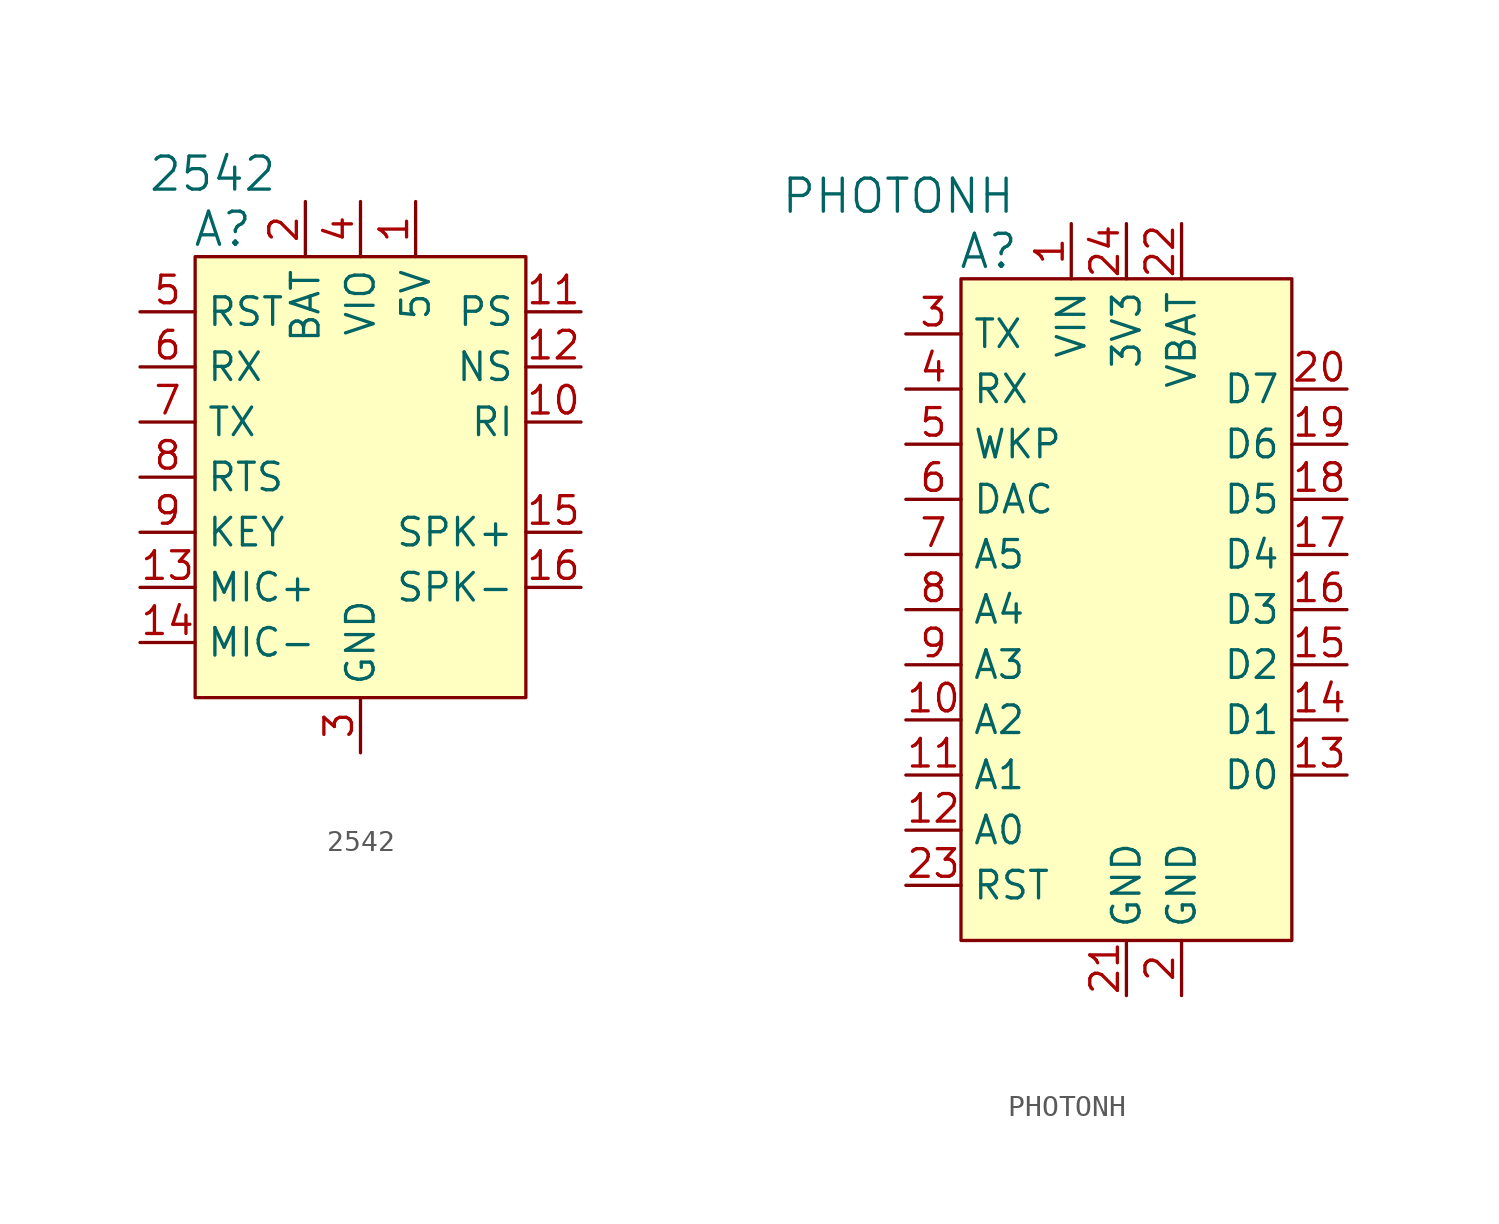
<source format=kicad_sym>
(kicad_symbol_lib
  (version 20220914)
  (generator kicad_symbol_editor)
  (symbol "2542"
    (property "Reference" "A"
      (at -6.35 11.43 0)
      (effects (font (size 1.524 1.524))))
    (property "Value" "2542"
      (at -3.81 13.97 0)
      (effects (font (size 1.524 1.524)) (justify right)))
    (symbol "2542_0_1"
      (rectangle (start -7.62 10.16) (end 7.62 -10.16) (stroke (width 0) (type default)) (fill (type background))))
    (symbol "2542_1_1"
      (pin power_in line (at 2.54 12.7 270) (length 2.54) (name "5V" (effects (font (size 1.27 1.27)))) (number "1" (effects (font (size 1.27 1.27)))))
      (pin output line (at 10.16 2.54 180) (length 2.54) (name "RI" (effects (font (size 1.27 1.27)))) (number "10" (effects (font (size 1.27 1.27)))))
      (pin output line (at 10.16 7.62 180) (length 2.54) (name "PS" (effects (font (size 1.27 1.27)))) (number "11" (effects (font (size 1.27 1.27)))))
      (pin input line (at 10.16 5.08 180) (length 2.54) (name "NS" (effects (font (size 1.27 1.27)))) (number "12" (effects (font (size 1.27 1.27)))))
      (pin power_in line (at -10.16 -5.08 0) (length 2.54) (name "MIC+" (effects (font (size 1.27 1.27)))) (number "13" (effects (font (size 1.27 1.27)))))
      (pin power_in line (at -10.16 -7.62 0) (length 2.54) (name "MIC-" (effects (font (size 1.27 1.27)))) (number "14" (effects (font (size 1.27 1.27)))))
      (pin power_in line (at 10.16 -2.54 180) (length 2.54) (name "SPK+" (effects (font (size 1.27 1.27)))) (number "15" (effects (font (size 1.27 1.27)))))
      (pin power_in line (at 10.16 -5.08 180) (length 2.54) (name "SPK-" (effects (font (size 1.27 1.27)))) (number "16" (effects (font (size 1.27 1.27)))))
      (pin passive line (at -2.54 12.7 270) (length 2.54) (name "BAT" (effects (font (size 1.27 1.27)))) (number "2" (effects (font (size 1.27 1.27)))))
      (pin power_in line (at 0 -12.7 90) (length 2.54) (name "GND" (effects (font (size 1.27 1.27)))) (number "3" (effects (font (size 1.27 1.27)))))
      (pin power_in line (at 0 12.7 270) (length 2.54) (name "VIO" (effects (font (size 1.27 1.27)))) (number "4" (effects (font (size 1.27 1.27)))))
      (pin input line (at -10.16 7.62 0) (length 2.54) (name "RST" (effects (font (size 1.27 1.27)))) (number "5" (effects (font (size 1.27 1.27)))))
      (pin input line (at -10.16 5.08 0) (length 2.54) (name "RX" (effects (font (size 1.27 1.27)))) (number "6" (effects (font (size 1.27 1.27)))))
      (pin output line (at -10.16 2.54 0) (length 2.54) (name "TX" (effects (font (size 1.27 1.27)))) (number "7" (effects (font (size 1.27 1.27)))))
      (pin input line (at -10.16 0 0) (length 2.54) (name "RTS" (effects (font (size 1.27 1.27)))) (number "8" (effects (font (size 1.27 1.27)))))
      (pin input line (at -10.16 -2.54 0) (length 2.54) (name "KEY" (effects (font (size 1.27 1.27)))) (number "9" (effects (font (size 1.27 1.27)))))))
  (symbol "PHOTONH"
    (property "Reference" "A"
      (at -6.35 13.97 0)
      (effects (font (size 1.524 1.524))))
    (property "Value" "PHOTONH"
      (at -5.08 16.51 0)
      (effects (font (size 1.524 1.524)) (justify right)))
    (symbol "PHOTONH_0_1"
      (rectangle (start -7.62 12.7) (end 7.62 -17.78) (stroke (width 0) (type default)) (fill (type background))))
    (symbol "PHOTONH_1_1"
      (pin power_in line (at -2.54 15.24 270) (length 2.54) (name "VIN" (effects (font (size 1.27 1.27)))) (number "1" (effects (font (size 1.27 1.27)))))
      (pin bidirectional line (at -10.16 -7.62 0) (length 2.54) (name "A2" (effects (font (size 1.27 1.27)))) (number "10" (effects (font (size 1.27 1.27)))))
      (pin bidirectional line (at -10.16 -10.16 0) (length 2.54) (name "A1" (effects (font (size 1.27 1.27)))) (number "11" (effects (font (size 1.27 1.27)))))
      (pin bidirectional line (at -10.16 -12.7 0) (length 2.54) (name "A0" (effects (font (size 1.27 1.27)))) (number "12" (effects (font (size 1.27 1.27)))))
      (pin bidirectional line (at 10.16 -10.16 180) (length 2.54) (name "D0" (effects (font (size 1.27 1.27)))) (number "13" (effects (font (size 1.27 1.27)))))
      (pin bidirectional line (at 10.16 -7.62 180) (length 2.54) (name "D1" (effects (font (size 1.27 1.27)))) (number "14" (effects (font (size 1.27 1.27)))))
      (pin bidirectional line (at 10.16 -5.08 180) (length 2.54) (name "D2" (effects (font (size 1.27 1.27)))) (number "15" (effects (font (size 1.27 1.27)))))
      (pin bidirectional line (at 10.16 -2.54 180) (length 2.54) (name "D3" (effects (font (size 1.27 1.27)))) (number "16" (effects (font (size 1.27 1.27)))))
      (pin bidirectional line (at 10.16 0 180) (length 2.54) (name "D4" (effects (font (size 1.27 1.27)))) (number "17" (effects (font (size 1.27 1.27)))))
      (pin bidirectional line (at 10.16 2.54 180) (length 2.54) (name "D5" (effects (font (size 1.27 1.27)))) (number "18" (effects (font (size 1.27 1.27)))))
      (pin bidirectional line (at 10.16 5.08 180) (length 2.54) (name "D6" (effects (font (size 1.27 1.27)))) (number "19" (effects (font (size 1.27 1.27)))))
      (pin power_in line (at 2.54 -20.32 90) (length 2.54) (name "GND" (effects (font (size 1.27 1.27)))) (number "2" (effects (font (size 1.27 1.27)))))
      (pin bidirectional line (at 10.16 7.62 180) (length 2.54) (name "D7" (effects (font (size 1.27 1.27)))) (number "20" (effects (font (size 1.27 1.27)))))
      (pin power_in line (at 0 -20.32 90) (length 2.54) (name "GND" (effects (font (size 1.27 1.27)))) (number "21" (effects (font (size 1.27 1.27)))))
      (pin power_in line (at 2.54 15.24 270) (length 2.54) (name "VBAT" (effects (font (size 1.27 1.27)))) (number "22" (effects (font (size 1.27 1.27)))))
      (pin input line (at -10.16 -15.24 0) (length 2.54) (name "RST" (effects (font (size 1.27 1.27)))) (number "23" (effects (font (size 1.27 1.27)))))
      (pin power_in line (at 0 15.24 270) (length 2.54) (name "3V3" (effects (font (size 1.27 1.27)))) (number "24" (effects (font (size 1.27 1.27)))))
      (pin bidirectional line (at -10.16 10.16 0) (length 2.54) (name "TX" (effects (font (size 1.27 1.27)))) (number "3" (effects (font (size 1.27 1.27)))))
      (pin bidirectional line (at -10.16 7.62 0) (length 2.54) (name "RX" (effects (font (size 1.27 1.27)))) (number "4" (effects (font (size 1.27 1.27)))))
      (pin bidirectional line (at -10.16 5.08 0) (length 2.54) (name "WKP" (effects (font (size 1.27 1.27)))) (number "5" (effects (font (size 1.27 1.27)))))
      (pin bidirectional line (at -10.16 2.54 0) (length 2.54) (name "DAC" (effects (font (size 1.27 1.27)))) (number "6" (effects (font (size 1.27 1.27)))))
      (pin bidirectional line (at -10.16 0 0) (length 2.54) (name "A5" (effects (font (size 1.27 1.27)))) (number "7" (effects (font (size 1.27 1.27)))))
      (pin bidirectional line (at -10.16 -2.54 0) (length 2.54) (name "A4" (effects (font (size 1.27 1.27)))) (number "8" (effects (font (size 1.27 1.27)))))
      (pin bidirectional line (at -10.16 -5.08 0) (length 2.54) (name "A3" (effects (font (size 1.27 1.27)))) (number "9" (effects (font (size 1.27 1.27))))))))
</source>
